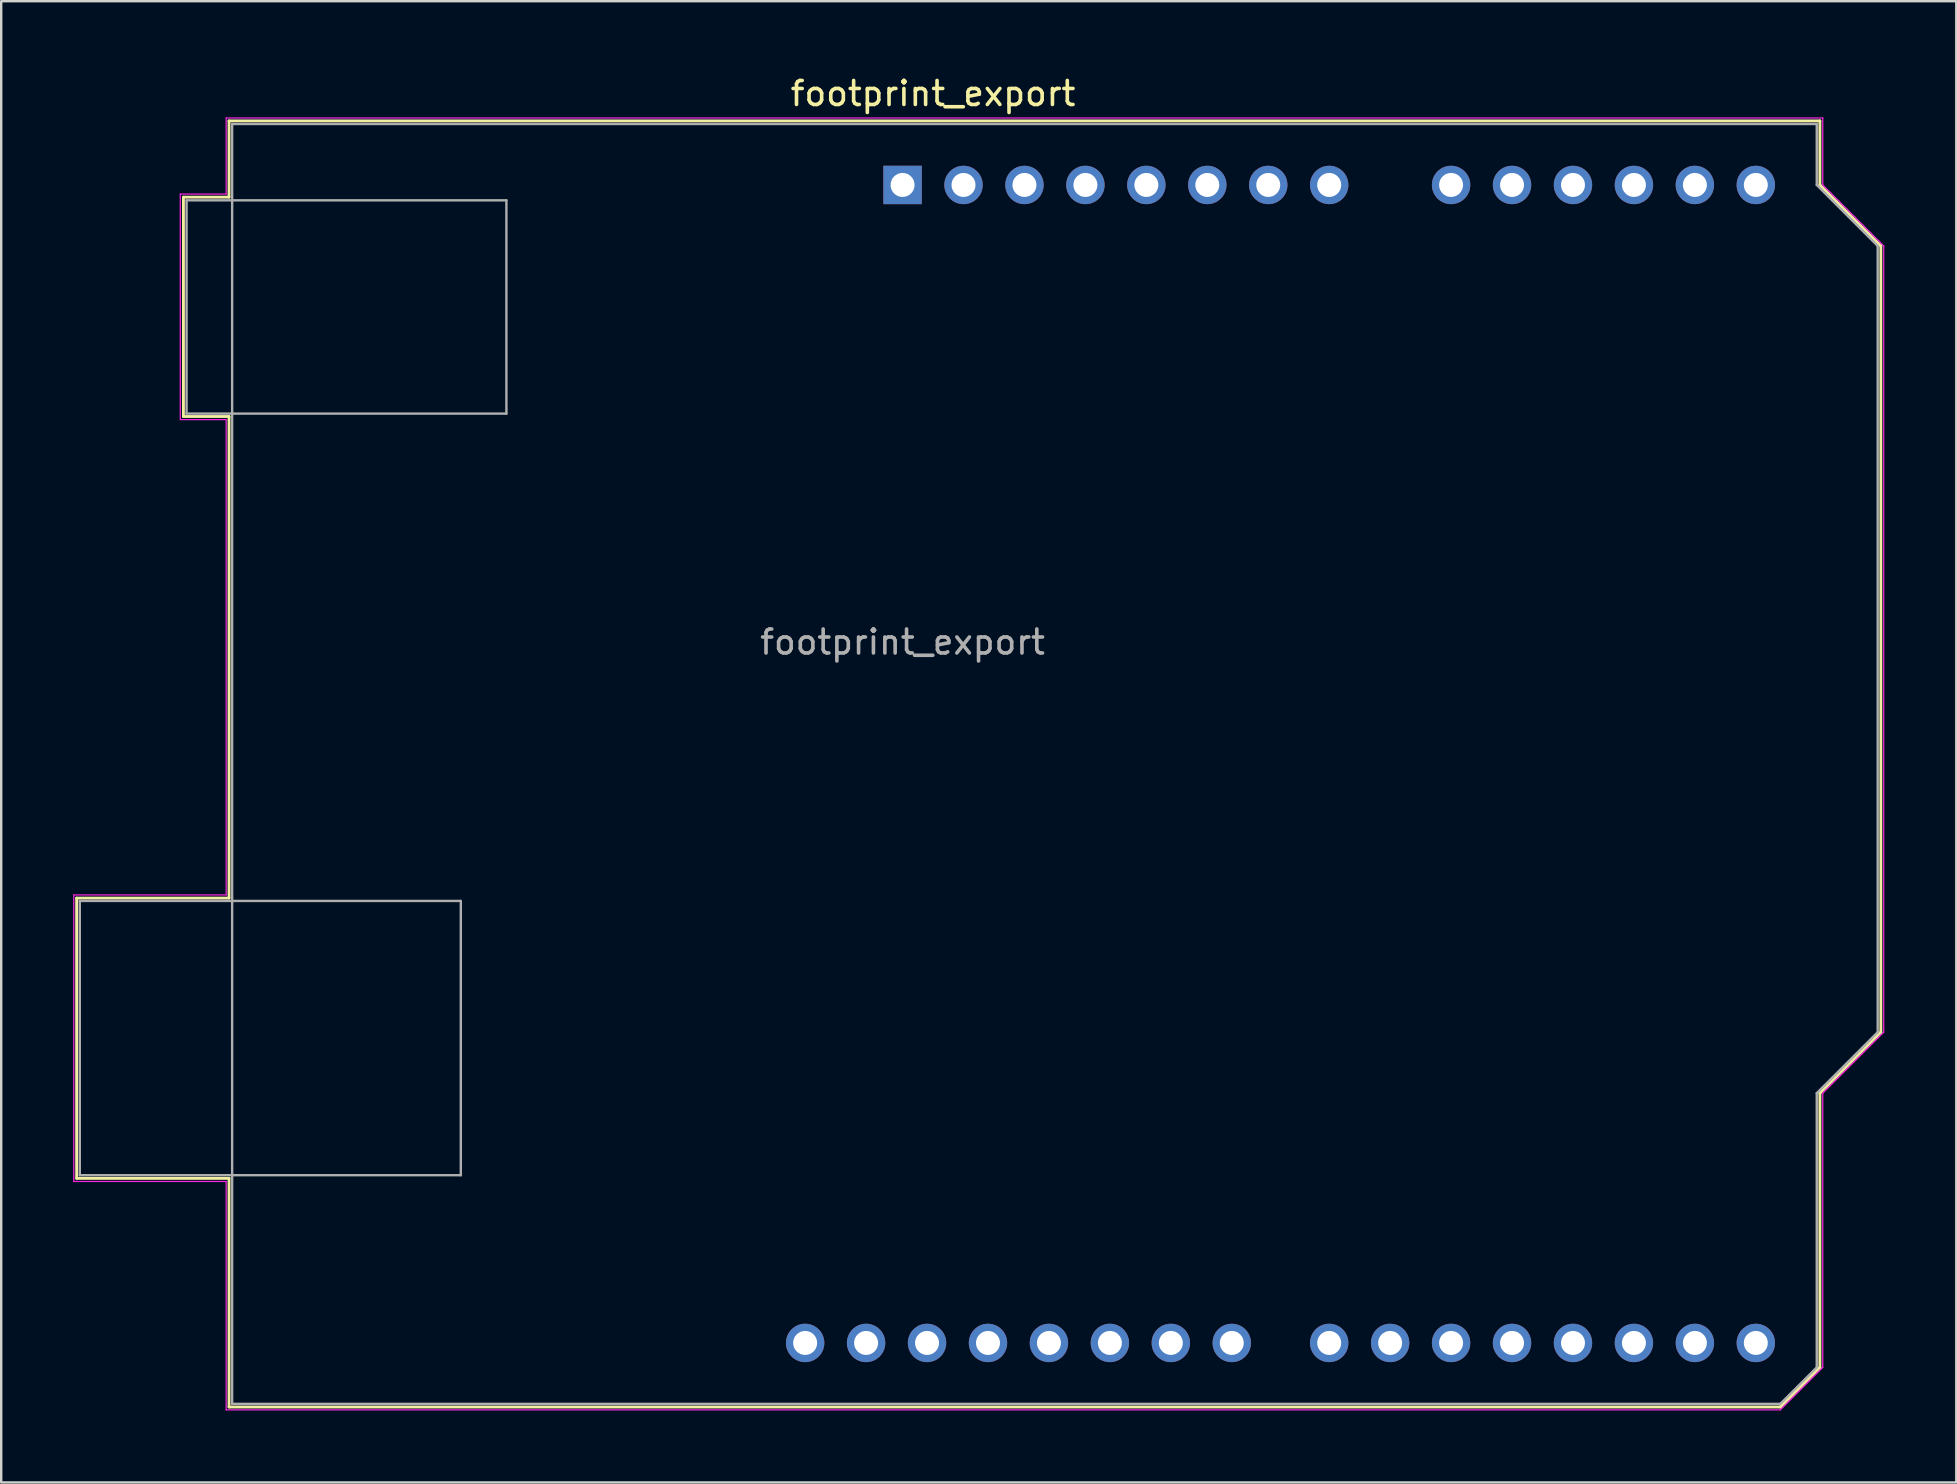
<source format=kicad_pcb>
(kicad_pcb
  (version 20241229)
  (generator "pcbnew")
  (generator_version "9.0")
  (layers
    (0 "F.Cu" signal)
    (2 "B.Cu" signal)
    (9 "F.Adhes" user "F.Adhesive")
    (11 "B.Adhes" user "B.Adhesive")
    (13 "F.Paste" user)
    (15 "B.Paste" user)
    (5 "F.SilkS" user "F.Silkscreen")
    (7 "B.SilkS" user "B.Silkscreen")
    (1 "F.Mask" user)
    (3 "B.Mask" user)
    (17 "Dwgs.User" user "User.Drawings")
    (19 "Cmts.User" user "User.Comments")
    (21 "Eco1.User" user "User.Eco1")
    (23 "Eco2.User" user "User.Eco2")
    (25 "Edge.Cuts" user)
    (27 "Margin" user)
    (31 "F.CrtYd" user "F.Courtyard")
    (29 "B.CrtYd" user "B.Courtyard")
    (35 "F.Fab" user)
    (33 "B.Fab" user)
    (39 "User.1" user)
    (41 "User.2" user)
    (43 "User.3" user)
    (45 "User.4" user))
  (footprint "footprint_export"
    (layer "F.Cu")
    (at 34.565 4.658)
    (property "Reference" "footprint_export" (at 1.27 -3.81 180) (layer "F.SilkS") (effects (font (size 1 1) (thickness 0.15))))
    (attr through_hole)
    (fp_line (start -34.42 29.72) (end -34.42 41.4) (stroke (width 0.12) (type solid)) (layer "F.SilkS"))
    (fp_line (start -34.42 41.4) (end -28.07 41.4) (stroke (width 0.12) (type solid)) (layer "F.SilkS"))
    (fp_line (start -29.97 0.51) (end -29.97 9.65) (stroke (width 0.12) (type solid)) (layer "F.SilkS"))
    (fp_line (start -29.97 9.65) (end -28.07 9.65) (stroke (width 0.12) (type solid)) (layer "F.SilkS"))
    (fp_line (start -28.07 -2.67) (end -28.07 0.51) (stroke (width 0.12) (type solid)) (layer "F.SilkS"))
    (fp_line (start -28.07 0.51) (end -29.97 0.51) (stroke (width 0.12) (type solid)) (layer "F.SilkS"))
    (fp_line (start -28.07 9.65) (end -28.07 29.72) (stroke (width 0.12) (type solid)) (layer "F.SilkS"))
    (fp_line (start -28.07 29.72) (end -34.42 29.72) (stroke (width 0.12) (type solid)) (layer "F.SilkS"))
    (fp_line (start -28.07 41.4) (end -28.07 50.93) (stroke (width 0.12) (type solid)) (layer "F.SilkS"))
    (fp_line (start -28.07 50.93) (end 36.58 50.93) (stroke (width 0.12) (type solid)) (layer "F.SilkS"))
    (fp_line (start 36.58 50.93) (end 38.23 49.28) (stroke (width 0.12) (type solid)) (layer "F.SilkS"))
    (fp_line (start 38.23 -2.67) (end -28.07 -2.67) (stroke (width 0.12) (type solid)) (layer "F.SilkS"))
    (fp_line (start 38.23 0) (end 38.23 -2.67) (stroke (width 0.12) (type solid)) (layer "F.SilkS"))
    (fp_line (start 38.23 37.85) (end 40.77 35.31) (stroke (width 0.12) (type solid)) (layer "F.SilkS"))
    (fp_line (start 38.23 49.28) (end 38.23 37.85) (stroke (width 0.12) (type solid)) (layer "F.SilkS"))
    (fp_line (start 40.77 2.54) (end 38.23 0) (stroke (width 0.12) (type solid)) (layer "F.SilkS"))
    (fp_line (start 40.77 35.31) (end 40.77 2.54) (stroke (width 0.12) (type solid)) (layer "F.SilkS"))
    (fp_line (start -34.54 29.59) (end -28.19 29.59) (stroke (width 0.05) (type solid)) (layer "F.CrtYd"))
    (fp_line (start -34.54 41.53) (end -34.54 29.59) (stroke (width 0.05) (type solid)) (layer "F.CrtYd"))
    (fp_line (start -30.1 0.38) (end -28.19 0.38) (stroke (width 0.05) (type solid)) (layer "F.CrtYd"))
    (fp_line (start -30.1 9.78) (end -30.1 0.38) (stroke (width 0.05) (type solid)) (layer "F.CrtYd"))
    (fp_line (start -28.19 -2.79) (end 38.35 -2.79) (stroke (width 0.05) (type solid)) (layer "F.CrtYd"))
    (fp_line (start -28.19 0.38) (end -28.19 -2.79) (stroke (width 0.05) (type solid)) (layer "F.CrtYd"))
    (fp_line (start -28.19 9.78) (end -30.1 9.78) (stroke (width 0.05) (type solid)) (layer "F.CrtYd"))
    (fp_line (start -28.19 29.59) (end -28.19 9.78) (stroke (width 0.05) (type solid)) (layer "F.CrtYd"))
    (fp_line (start -28.19 41.53) (end -34.54 41.53) (stroke (width 0.05) (type solid)) (layer "F.CrtYd"))
    (fp_line (start -28.19 51.05) (end -28.19 41.53) (stroke (width 0.05) (type solid)) (layer "F.CrtYd"))
    (fp_line (start 36.58 51.05) (end -28.19 51.05) (stroke (width 0.05) (type solid)) (layer "F.CrtYd"))
    (fp_line (start 38.35 -2.79) (end 38.35 0) (stroke (width 0.05) (type solid)) (layer "F.CrtYd"))
    (fp_line (start 38.35 0) (end 40.89 2.54) (stroke (width 0.05) (type solid)) (layer "F.CrtYd"))
    (fp_line (start 38.35 37.85) (end 38.35 49.28) (stroke (width 0.05) (type solid)) (layer "F.CrtYd"))
    (fp_line (start 38.35 49.28) (end 36.58 51.05) (stroke (width 0.05) (type solid)) (layer "F.CrtYd"))
    (fp_line (start 40.89 2.54) (end 40.89 35.31) (stroke (width 0.05) (type solid)) (layer "F.CrtYd"))
    (fp_line (start 40.89 35.31) (end 38.35 37.85) (stroke (width 0.05) (type solid)) (layer "F.CrtYd"))
    (fp_line (start -34.29 29.84) (end -18.41 29.84) (stroke (width 0.1) (type solid)) (layer "F.Fab"))
    (fp_line (start -34.29 41.27) (end -34.29 29.84) (stroke (width 0.1) (type solid)) (layer "F.Fab"))
    (fp_line (start -29.84 0.64) (end -16.51 0.64) (stroke (width 0.1) (type solid)) (layer "F.Fab"))
    (fp_line (start -29.84 9.53) (end -29.84 0.64) (stroke (width 0.1) (type solid)) (layer "F.Fab"))
    (fp_line (start -27.94 -2.54) (end 38.1 -2.54) (stroke (width 0.1) (type solid)) (layer "F.Fab"))
    (fp_line (start -27.94 50.8) (end -27.94 -2.54) (stroke (width 0.1) (type solid)) (layer "F.Fab"))
    (fp_line (start -18.41 29.84) (end -18.41 41.27) (stroke (width 0.1) (type solid)) (layer "F.Fab"))
    (fp_line (start -18.41 41.27) (end -34.29 41.27) (stroke (width 0.1) (type solid)) (layer "F.Fab"))
    (fp_line (start -16.51 0.64) (end -16.51 9.53) (stroke (width 0.1) (type solid)) (layer "F.Fab"))
    (fp_line (start -16.51 9.53) (end -29.84 9.53) (stroke (width 0.1) (type solid)) (layer "F.Fab"))
    (fp_line (start 36.58 50.8) (end -27.94 50.8) (stroke (width 0.1) (type solid)) (layer "F.Fab"))
    (fp_line (start 38.1 -2.54) (end 38.1 0) (stroke (width 0.1) (type solid)) (layer "F.Fab"))
    (fp_line (start 38.1 0) (end 40.64 2.54) (stroke (width 0.1) (type solid)) (layer "F.Fab"))
    (fp_line (start 38.1 37.85) (end 38.1 49.28) (stroke (width 0.1) (type solid)) (layer "F.Fab"))
    (fp_line (start 38.1 49.28) (end 36.58 50.8) (stroke (width 0.1) (type solid)) (layer "F.Fab"))
    (fp_line (start 40.64 2.54) (end 40.64 35.31) (stroke (width 0.1) (type solid)) (layer "F.Fab"))
    (fp_line (start 40.64 35.31) (end 38.1 37.85) (stroke (width 0.1) (type solid)) (layer "F.Fab"))
    (fp_text user "${REFERENCE}" (at 0 19.05 180) (layer "F.Fab") (effects (font (size 1 1) (thickness 0.15))))
    (pad "1" thru_hole rect (at 0 0 90) (size 1.6 1.6) (drill 1) (layers "*.Cu" "*.Mask"))
    (pad "2" thru_hole oval (at 2.54 0 90) (size 1.6 1.6) (drill 1) (layers "*.Cu" "*.Mask"))
    (pad "3" thru_hole oval (at 5.08 0 90) (size 1.6 1.6) (drill 1) (layers "*.Cu" "*.Mask"))
    (pad "4" thru_hole oval (at 7.62 0 90) (size 1.6 1.6) (drill 1) (layers "*.Cu" "*.Mask"))
    (pad "5" thru_hole oval (at 10.16 0 90) (size 1.6 1.6) (drill 1) (layers "*.Cu" "*.Mask"))
    (pad "6" thru_hole oval (at 12.7 0 90) (size 1.6 1.6) (drill 1) (layers "*.Cu" "*.Mask"))
    (pad "7" thru_hole oval (at 15.24 0 90) (size 1.6 1.6) (drill 1) (layers "*.Cu" "*.Mask"))
    (pad "8" thru_hole oval (at 17.78 0 90) (size 1.6 1.6) (drill 1) (layers "*.Cu" "*.Mask"))
    (pad "9" thru_hole oval (at 22.86 0 90) (size 1.6 1.6) (drill 1) (layers "*.Cu" "*.Mask"))
    (pad "10" thru_hole oval (at 25.4 0 90) (size 1.6 1.6) (drill 1) (layers "*.Cu" "*.Mask"))
    (pad "11" thru_hole oval (at 27.94 0 90) (size 1.6 1.6) (drill 1) (layers "*.Cu" "*.Mask"))
    (pad "12" thru_hole oval (at 30.48 0 90) (size 1.6 1.6) (drill 1) (layers "*.Cu" "*.Mask"))
    (pad "13" thru_hole oval (at 33.02 0 90) (size 1.6 1.6) (drill 1) (layers "*.Cu" "*.Mask"))
    (pad "14" thru_hole oval (at 35.56 0 90) (size 1.6 1.6) (drill 1) (layers "*.Cu" "*.Mask"))
    (pad "15" thru_hole oval (at 35.56 48.26 90) (size 1.6 1.6) (drill 1) (layers "*.Cu" "*.Mask"))
    (pad "16" thru_hole oval (at 33.02 48.26 90) (size 1.6 1.6) (drill 1) (layers "*.Cu" "*.Mask"))
    (pad "17" thru_hole oval (at 30.48 48.26 90) (size 1.6 1.6) (drill 1) (layers "*.Cu" "*.Mask"))
    (pad "18" thru_hole oval (at 27.94 48.26 90) (size 1.6 1.6) (drill 1) (layers "*.Cu" "*.Mask"))
    (pad "19" thru_hole oval (at 25.4 48.26 90) (size 1.6 1.6) (drill 1) (layers "*.Cu" "*.Mask"))
    (pad "20" thru_hole oval (at 22.86 48.26 90) (size 1.6 1.6) (drill 1) (layers "*.Cu" "*.Mask"))
    (pad "21" thru_hole oval (at 20.32 48.26 90) (size 1.6 1.6) (drill 1) (layers "*.Cu" "*.Mask"))
    (pad "22" thru_hole oval (at 17.78 48.26 90) (size 1.6 1.6) (drill 1) (layers "*.Cu" "*.Mask"))
    (pad "23" thru_hole oval (at 13.72 48.26 90) (size 1.6 1.6) (drill 1) (layers "*.Cu" "*.Mask"))
    (pad "24" thru_hole oval (at 11.18 48.26 90) (size 1.6 1.6) (drill 1) (layers "*.Cu" "*.Mask"))
    (pad "25" thru_hole oval (at 8.64 48.26 90) (size 1.6 1.6) (drill 1) (layers "*.Cu" "*.Mask"))
    (pad "26" thru_hole oval (at 6.1 48.26 90) (size 1.6 1.6) (drill 1) (layers "*.Cu" "*.Mask"))
    (pad "27" thru_hole oval (at 3.56 48.26 90) (size 1.6 1.6) (drill 1) (layers "*.Cu" "*.Mask"))
    (pad "28" thru_hole oval (at 1.02 48.26 90) (size 1.6 1.6) (drill 1) (layers "*.Cu" "*.Mask"))
    (pad "29" thru_hole oval (at -1.52 48.26 90) (size 1.6 1.6) (drill 1) (layers "*.Cu" "*.Mask"))
    (pad "30" thru_hole oval (at -4.06 48.26 90) (size 1.6 1.6) (drill 1) (layers "*.Cu" "*.Mask")))
  (gr_rect
    (start -3 -3)
    (end 78.48 58.733)
    (stroke (width 0.1) (type default))
    (fill no)
    (layer "Edge.Cuts")))
</source>
